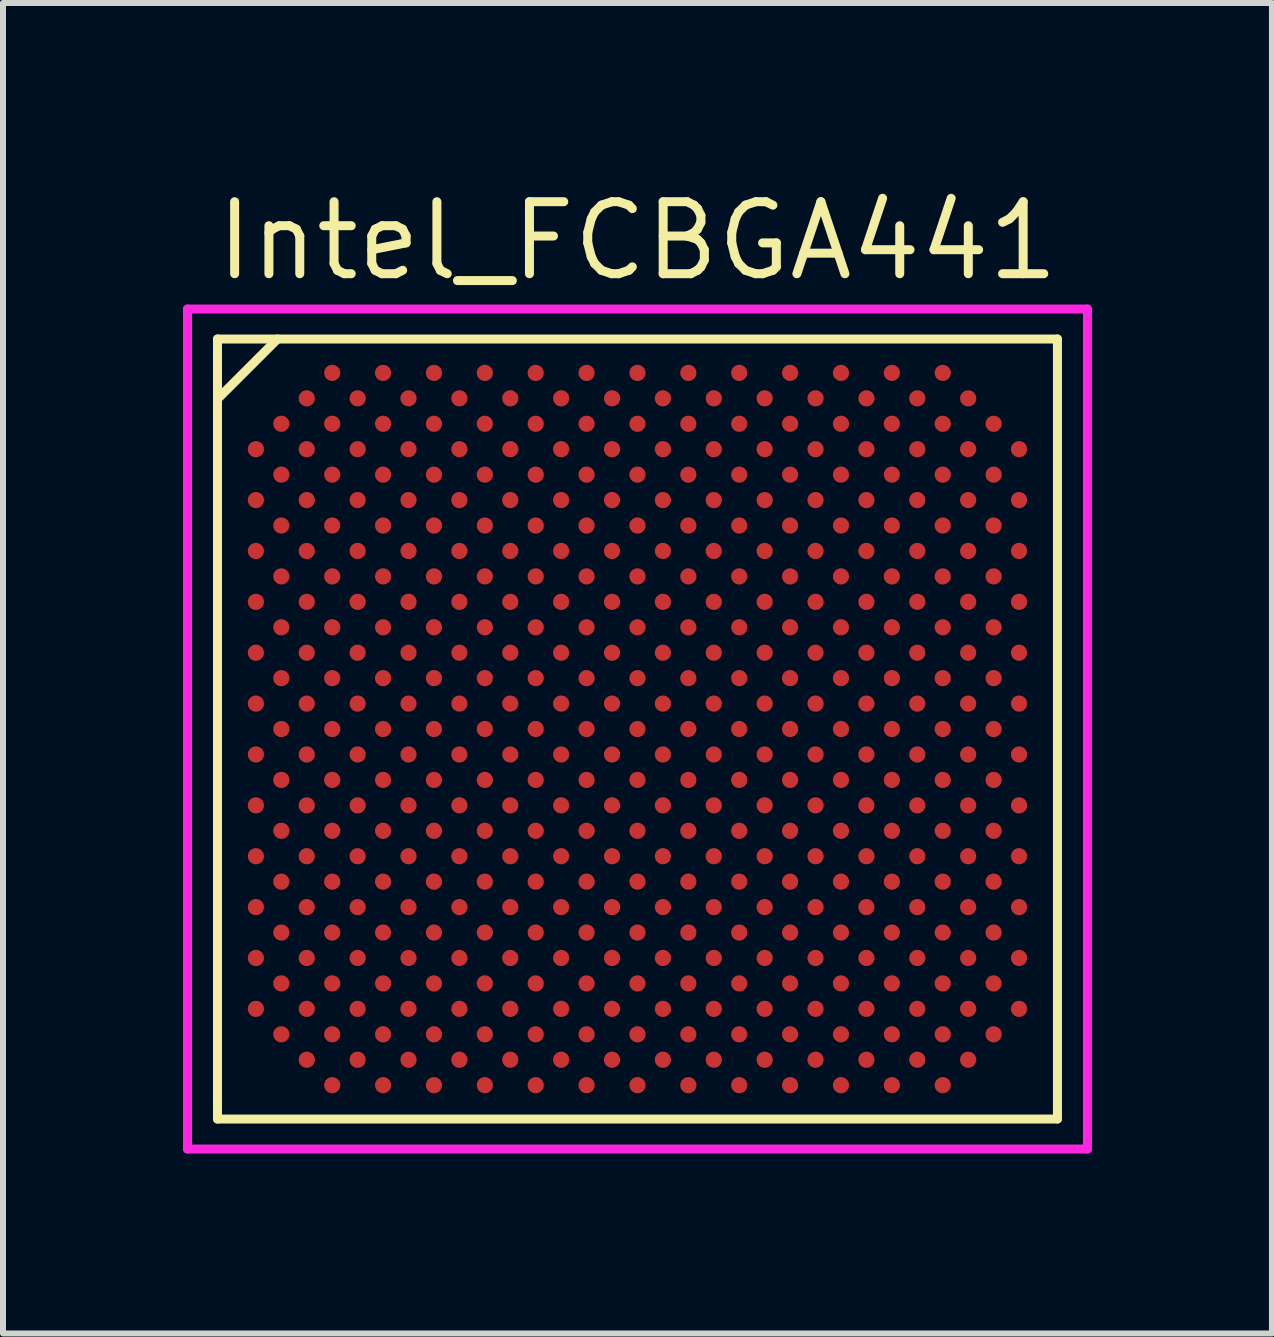
<source format=kicad_pcb>
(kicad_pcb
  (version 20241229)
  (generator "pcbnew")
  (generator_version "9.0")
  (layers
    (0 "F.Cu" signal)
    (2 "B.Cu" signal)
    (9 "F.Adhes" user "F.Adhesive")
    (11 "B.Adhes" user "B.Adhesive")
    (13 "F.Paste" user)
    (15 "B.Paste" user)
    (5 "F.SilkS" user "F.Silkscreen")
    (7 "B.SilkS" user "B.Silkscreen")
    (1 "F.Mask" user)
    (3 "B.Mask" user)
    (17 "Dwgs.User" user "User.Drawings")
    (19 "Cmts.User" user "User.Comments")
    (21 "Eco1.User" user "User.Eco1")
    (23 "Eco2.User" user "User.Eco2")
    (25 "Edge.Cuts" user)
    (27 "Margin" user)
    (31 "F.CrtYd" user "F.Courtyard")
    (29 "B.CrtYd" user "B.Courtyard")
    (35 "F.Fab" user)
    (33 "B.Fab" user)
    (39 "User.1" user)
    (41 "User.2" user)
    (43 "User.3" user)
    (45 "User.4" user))
  (footprint "Intel_FCBGA441"
    (layer "F.Cu")
    (at 7.575 9.101)
    (property "Reference" "Intel_FCBGA441" (at 0 -8.136 0) (layer "F.SilkS") (effects (font (size 1.2 1.2) (thickness 0.15))))
    (attr through_hole)
    (fp_line (start -7 -6.5) (end -7 6.5) (stroke (width 0.15) (type solid)) (layer "F.SilkS"))
    (fp_line (start -7 6.5) (end 7 6.5) (stroke (width 0.15) (type solid)) (layer "F.SilkS"))
    (fp_line (start -6 -6.5) (end -7 -5.5) (stroke (width 0.15) (type solid)) (layer "F.SilkS"))
    (fp_line (start 7 -6.5) (end -7 -6.5) (stroke (width 0.15) (type solid)) (layer "F.SilkS"))
    (fp_line (start 7 6.5) (end 7 -6.5) (stroke (width 0.15) (type solid)) (layer "F.SilkS"))
    (fp_line (start -7.5 -7) (end 7.5 -7) (stroke (width 0.15) (type solid)) (layer "F.CrtYd"))
    (fp_line (start -7.5 7) (end -7.5 -7) (stroke (width 0.15) (type solid)) (layer "F.CrtYd"))
    (fp_line (start 7.5 -7) (end 7.5 7) (stroke (width 0.15) (type solid)) (layer "F.CrtYd"))
    (fp_line (start 7.5 7) (end -7.5 7) (stroke (width 0.15) (type solid)) (layer "F.CrtYd"))
    (pad "A4" smd circle (at -5.088 -5.936) (size 0.27 0.27) (layers "F.Cu" "F.Mask" "F.Paste"))
    (pad "A6" smd circle (at -4.24 -5.936) (size 0.27 0.27) (layers "F.Cu" "F.Mask" "F.Paste"))
    (pad "A8" smd circle (at -3.392 -5.936) (size 0.27 0.27) (layers "F.Cu" "F.Mask" "F.Paste"))
    (pad "A10" smd circle (at -2.544 -5.936) (size 0.27 0.27) (layers "F.Cu" "F.Mask" "F.Paste"))
    (pad "A12" smd circle (at -1.696 -5.936) (size 0.27 0.27) (layers "F.Cu" "F.Mask" "F.Paste"))
    (pad "A14" smd circle (at -0.848 -5.936) (size 0.27 0.27) (layers "F.Cu" "F.Mask" "F.Paste"))
    (pad "A16" smd circle (at 0 -5.936) (size 0.27 0.27) (layers "F.Cu" "F.Mask" "F.Paste"))
    (pad "A18" smd circle (at 0.848 -5.936) (size 0.27 0.27) (layers "F.Cu" "F.Mask" "F.Paste"))
    (pad "A20" smd circle (at 1.696 -5.936) (size 0.27 0.27) (layers "F.Cu" "F.Mask" "F.Paste"))
    (pad "A22" smd circle (at 2.544 -5.936) (size 0.27 0.27) (layers "F.Cu" "F.Mask" "F.Paste"))
    (pad "A24" smd circle (at 3.392 -5.936) (size 0.27 0.27) (layers "F.Cu" "F.Mask" "F.Paste"))
    (pad "A26" smd circle (at 4.24 -5.936) (size 0.27 0.27) (layers "F.Cu" "F.Mask" "F.Paste"))
    (pad "A28" smd circle (at 5.088 -5.936) (size 0.27 0.27) (layers "F.Cu" "F.Mask" "F.Paste"))
    (pad "AA2" smd circle (at -5.936 2.544) (size 0.27 0.27) (layers "F.Cu" "F.Mask" "F.Paste"))
    (pad "AA4" smd circle (at -5.088 2.544) (size 0.27 0.27) (layers "F.Cu" "F.Mask" "F.Paste"))
    (pad "AA6" smd circle (at -4.24 2.544) (size 0.27 0.27) (layers "F.Cu" "F.Mask" "F.Paste"))
    (pad "AA8" smd circle (at -3.392 2.544) (size 0.27 0.27) (layers "F.Cu" "F.Mask" "F.Paste"))
    (pad "AA10" smd circle (at -2.544 2.544) (size 0.27 0.27) (layers "F.Cu" "F.Mask" "F.Paste"))
    (pad "AA12" smd circle (at -1.696 2.544) (size 0.27 0.27) (layers "F.Cu" "F.Mask" "F.Paste"))
    (pad "AA14" smd circle (at -0.848 2.544) (size 0.27 0.27) (layers "F.Cu" "F.Mask" "F.Paste"))
    (pad "AA16" smd circle (at 0 2.544) (size 0.27 0.27) (layers "F.Cu" "F.Mask" "F.Paste"))
    (pad "AA18" smd circle (at 0.848 2.544) (size 0.27 0.27) (layers "F.Cu" "F.Mask" "F.Paste"))
    (pad "AA20" smd circle (at 1.696 2.544) (size 0.27 0.27) (layers "F.Cu" "F.Mask" "F.Paste"))
    (pad "AA22" smd circle (at 2.544 2.544) (size 0.27 0.27) (layers "F.Cu" "F.Mask" "F.Paste"))
    (pad "AA24" smd circle (at 3.392 2.544) (size 0.27 0.27) (layers "F.Cu" "F.Mask" "F.Paste"))
    (pad "AA26" smd circle (at 4.24 2.544) (size 0.27 0.27) (layers "F.Cu" "F.Mask" "F.Paste"))
    (pad "AA28" smd circle (at 5.088 2.544) (size 0.27 0.27) (layers "F.Cu" "F.Mask" "F.Paste"))
    (pad "AA30" smd circle (at 5.936 2.544) (size 0.27 0.27) (layers "F.Cu" "F.Mask" "F.Paste"))
    (pad "AB1" smd circle (at -6.36 2.968) (size 0.27 0.27) (layers "F.Cu" "F.Mask" "F.Paste"))
    (pad "AB3" smd circle (at -5.512 2.968) (size 0.27 0.27) (layers "F.Cu" "F.Mask" "F.Paste"))
    (pad "AB5" smd circle (at -4.664 2.968) (size 0.27 0.27) (layers "F.Cu" "F.Mask" "F.Paste"))
    (pad "AB7" smd circle (at -3.816 2.968) (size 0.27 0.27) (layers "F.Cu" "F.Mask" "F.Paste"))
    (pad "AB9" smd circle (at -2.968 2.968) (size 0.27 0.27) (layers "F.Cu" "F.Mask" "F.Paste"))
    (pad "AB11" smd circle (at -2.12 2.968) (size 0.27 0.27) (layers "F.Cu" "F.Mask" "F.Paste"))
    (pad "AB13" smd circle (at -1.272 2.968) (size 0.27 0.27) (layers "F.Cu" "F.Mask" "F.Paste"))
    (pad "AB15" smd circle (at -0.424 2.968) (size 0.27 0.27) (layers "F.Cu" "F.Mask" "F.Paste"))
    (pad "AB17" smd circle (at 0.424 2.968) (size 0.27 0.27) (layers "F.Cu" "F.Mask" "F.Paste"))
    (pad "AB19" smd circle (at 1.272 2.968) (size 0.27 0.27) (layers "F.Cu" "F.Mask" "F.Paste"))
    (pad "AB21" smd circle (at 2.12 2.968) (size 0.27 0.27) (layers "F.Cu" "F.Mask" "F.Paste"))
    (pad "AB23" smd circle (at 2.968 2.968) (size 0.27 0.27) (layers "F.Cu" "F.Mask" "F.Paste"))
    (pad "AB25" smd circle (at 3.816 2.968) (size 0.27 0.27) (layers "F.Cu" "F.Mask" "F.Paste"))
    (pad "AB27" smd circle (at 4.664 2.968) (size 0.27 0.27) (layers "F.Cu" "F.Mask" "F.Paste"))
    (pad "AB29" smd circle (at 5.512 2.968) (size 0.27 0.27) (layers "F.Cu" "F.Mask" "F.Paste"))
    (pad "AB31" smd circle (at 6.36 2.968) (size 0.27 0.27) (layers "F.Cu" "F.Mask" "F.Paste"))
    (pad "AC2" smd circle (at -5.936 3.392) (size 0.27 0.27) (layers "F.Cu" "F.Mask" "F.Paste"))
    (pad "AC4" smd circle (at -5.088 3.392) (size 0.27 0.27) (layers "F.Cu" "F.Mask" "F.Paste"))
    (pad "AC6" smd circle (at -4.24 3.392) (size 0.27 0.27) (layers "F.Cu" "F.Mask" "F.Paste"))
    (pad "AC8" smd circle (at -3.392 3.392) (size 0.27 0.27) (layers "F.Cu" "F.Mask" "F.Paste"))
    (pad "AC10" smd circle (at -2.544 3.392) (size 0.27 0.27) (layers "F.Cu" "F.Mask" "F.Paste"))
    (pad "AC12" smd circle (at -1.696 3.392) (size 0.27 0.27) (layers "F.Cu" "F.Mask" "F.Paste"))
    (pad "AC14" smd circle (at -0.848 3.392) (size 0.27 0.27) (layers "F.Cu" "F.Mask" "F.Paste"))
    (pad "AC16" smd circle (at 0 3.392) (size 0.27 0.27) (layers "F.Cu" "F.Mask" "F.Paste"))
    (pad "AC18" smd circle (at 0.848 3.392) (size 0.27 0.27) (layers "F.Cu" "F.Mask" "F.Paste"))
    (pad "AC20" smd circle (at 1.696 3.392) (size 0.27 0.27) (layers "F.Cu" "F.Mask" "F.Paste"))
    (pad "AC22" smd circle (at 2.544 3.392) (size 0.27 0.27) (layers "F.Cu" "F.Mask" "F.Paste"))
    (pad "AC24" smd circle (at 3.392 3.392) (size 0.27 0.27) (layers "F.Cu" "F.Mask" "F.Paste"))
    (pad "AC26" smd circle (at 4.24 3.392) (size 0.27 0.27) (layers "F.Cu" "F.Mask" "F.Paste"))
    (pad "AC28" smd circle (at 5.088 3.392) (size 0.27 0.27) (layers "F.Cu" "F.Mask" "F.Paste"))
    (pad "AC30" smd circle (at 5.936 3.392) (size 0.27 0.27) (layers "F.Cu" "F.Mask" "F.Paste"))
    (pad "AD1" smd circle (at -6.36 3.816) (size 0.27 0.27) (layers "F.Cu" "F.Mask" "F.Paste"))
    (pad "AD3" smd circle (at -5.512 3.816) (size 0.27 0.27) (layers "F.Cu" "F.Mask" "F.Paste"))
    (pad "AD5" smd circle (at -4.664 3.816) (size 0.27 0.27) (layers "F.Cu" "F.Mask" "F.Paste"))
    (pad "AD7" smd circle (at -3.816 3.816) (size 0.27 0.27) (layers "F.Cu" "F.Mask" "F.Paste"))
    (pad "AD9" smd circle (at -2.968 3.816) (size 0.27 0.27) (layers "F.Cu" "F.Mask" "F.Paste"))
    (pad "AD11" smd circle (at -2.12 3.816) (size 0.27 0.27) (layers "F.Cu" "F.Mask" "F.Paste"))
    (pad "AD13" smd circle (at -1.272 3.816) (size 0.27 0.27) (layers "F.Cu" "F.Mask" "F.Paste"))
    (pad "AD15" smd circle (at -0.424 3.816) (size 0.27 0.27) (layers "F.Cu" "F.Mask" "F.Paste"))
    (pad "AD17" smd circle (at 0.424 3.816) (size 0.27 0.27) (layers "F.Cu" "F.Mask" "F.Paste"))
    (pad "AD19" smd circle (at 1.272 3.816) (size 0.27 0.27) (layers "F.Cu" "F.Mask" "F.Paste"))
    (pad "AD21" smd circle (at 2.12 3.816) (size 0.27 0.27) (layers "F.Cu" "F.Mask" "F.Paste"))
    (pad "AD23" smd circle (at 2.968 3.816) (size 0.27 0.27) (layers "F.Cu" "F.Mask" "F.Paste"))
    (pad "AD25" smd circle (at 3.816 3.816) (size 0.27 0.27) (layers "F.Cu" "F.Mask" "F.Paste"))
    (pad "AD27" smd circle (at 4.664 3.816) (size 0.27 0.27) (layers "F.Cu" "F.Mask" "F.Paste"))
    (pad "AD29" smd circle (at 5.512 3.816) (size 0.27 0.27) (layers "F.Cu" "F.Mask" "F.Paste"))
    (pad "AD31" smd circle (at 6.36 3.816) (size 0.27 0.27) (layers "F.Cu" "F.Mask" "F.Paste"))
    (pad "AE2" smd circle (at -5.936 4.24) (size 0.27 0.27) (layers "F.Cu" "F.Mask" "F.Paste"))
    (pad "AE4" smd circle (at -5.088 4.24) (size 0.27 0.27) (layers "F.Cu" "F.Mask" "F.Paste"))
    (pad "AE6" smd circle (at -4.24 4.24) (size 0.27 0.27) (layers "F.Cu" "F.Mask" "F.Paste"))
    (pad "AE8" smd circle (at -3.392 4.24) (size 0.27 0.27) (layers "F.Cu" "F.Mask" "F.Paste"))
    (pad "AE10" smd circle (at -2.544 4.24) (size 0.27 0.27) (layers "F.Cu" "F.Mask" "F.Paste"))
    (pad "AE12" smd circle (at -1.696 4.24) (size 0.27 0.27) (layers "F.Cu" "F.Mask" "F.Paste"))
    (pad "AE14" smd circle (at -0.848 4.24) (size 0.27 0.27) (layers "F.Cu" "F.Mask" "F.Paste"))
    (pad "AE16" smd circle (at 0 4.24) (size 0.27 0.27) (layers "F.Cu" "F.Mask" "F.Paste"))
    (pad "AE18" smd circle (at 0.848 4.24) (size 0.27 0.27) (layers "F.Cu" "F.Mask" "F.Paste"))
    (pad "AE20" smd circle (at 1.696 4.24) (size 0.27 0.27) (layers "F.Cu" "F.Mask" "F.Paste"))
    (pad "AE22" smd circle (at 2.544 4.24) (size 0.27 0.27) (layers "F.Cu" "F.Mask" "F.Paste"))
    (pad "AE24" smd circle (at 3.392 4.24) (size 0.27 0.27) (layers "F.Cu" "F.Mask" "F.Paste"))
    (pad "AE26" smd circle (at 4.24 4.24) (size 0.27 0.27) (layers "F.Cu" "F.Mask" "F.Paste"))
    (pad "AE28" smd circle (at 5.088 4.24) (size 0.27 0.27) (layers "F.Cu" "F.Mask" "F.Paste"))
    (pad "AE30" smd circle (at 5.936 4.24) (size 0.27 0.27) (layers "F.Cu" "F.Mask" "F.Paste"))
    (pad "AF1" smd circle (at -6.36 4.664) (size 0.27 0.27) (layers "F.Cu" "F.Mask" "F.Paste"))
    (pad "AF3" smd circle (at -5.512 4.664) (size 0.27 0.27) (layers "F.Cu" "F.Mask" "F.Paste"))
    (pad "AF5" smd circle (at -4.664 4.664) (size 0.27 0.27) (layers "F.Cu" "F.Mask" "F.Paste"))
    (pad "AF7" smd circle (at -3.816 4.664) (size 0.27 0.27) (layers "F.Cu" "F.Mask" "F.Paste"))
    (pad "AF9" smd circle (at -2.968 4.664) (size 0.27 0.27) (layers "F.Cu" "F.Mask" "F.Paste"))
    (pad "AF11" smd circle (at -2.12 4.664) (size 0.27 0.27) (layers "F.Cu" "F.Mask" "F.Paste"))
    (pad "AF13" smd circle (at -1.272 4.664) (size 0.27 0.27) (layers "F.Cu" "F.Mask" "F.Paste"))
    (pad "AF15" smd circle (at -0.424 4.664) (size 0.27 0.27) (layers "F.Cu" "F.Mask" "F.Paste"))
    (pad "AF17" smd circle (at 0.424 4.664) (size 0.27 0.27) (layers "F.Cu" "F.Mask" "F.Paste"))
    (pad "AF19" smd circle (at 1.272 4.664) (size 0.27 0.27) (layers "F.Cu" "F.Mask" "F.Paste"))
    (pad "AF21" smd circle (at 2.12 4.664) (size 0.27 0.27) (layers "F.Cu" "F.Mask" "F.Paste"))
    (pad "AF23" smd circle (at 2.968 4.664) (size 0.27 0.27) (layers "F.Cu" "F.Mask" "F.Paste"))
    (pad "AF25" smd circle (at 3.816 4.664) (size 0.27 0.27) (layers "F.Cu" "F.Mask" "F.Paste"))
    (pad "AF27" smd circle (at 4.664 4.664) (size 0.27 0.27) (layers "F.Cu" "F.Mask" "F.Paste"))
    (pad "AF29" smd circle (at 5.512 4.664) (size 0.27 0.27) (layers "F.Cu" "F.Mask" "F.Paste"))
    (pad "AF31" smd circle (at 6.36 4.664) (size 0.27 0.27) (layers "F.Cu" "F.Mask" "F.Paste"))
    (pad "AG2" smd circle (at -5.936 5.088) (size 0.27 0.27) (layers "F.Cu" "F.Mask" "F.Paste"))
    (pad "AG4" smd circle (at -5.088 5.088) (size 0.27 0.27) (layers "F.Cu" "F.Mask" "F.Paste"))
    (pad "AG6" smd circle (at -4.24 5.088) (size 0.27 0.27) (layers "F.Cu" "F.Mask" "F.Paste"))
    (pad "AG8" smd circle (at -3.392 5.088) (size 0.27 0.27) (layers "F.Cu" "F.Mask" "F.Paste"))
    (pad "AG10" smd circle (at -2.544 5.088) (size 0.27 0.27) (layers "F.Cu" "F.Mask" "F.Paste"))
    (pad "AG12" smd circle (at -1.696 5.088) (size 0.27 0.27) (layers "F.Cu" "F.Mask" "F.Paste"))
    (pad "AG14" smd circle (at -0.848 5.088) (size 0.27 0.27) (layers "F.Cu" "F.Mask" "F.Paste"))
    (pad "AG16" smd circle (at 0 5.088) (size 0.27 0.27) (layers "F.Cu" "F.Mask" "F.Paste"))
    (pad "AG18" smd circle (at 0.848 5.088) (size 0.27 0.27) (layers "F.Cu" "F.Mask" "F.Paste"))
    (pad "AG20" smd circle (at 1.696 5.088) (size 0.27 0.27) (layers "F.Cu" "F.Mask" "F.Paste"))
    (pad "AG22" smd circle (at 2.544 5.088) (size 0.27 0.27) (layers "F.Cu" "F.Mask" "F.Paste"))
    (pad "AG24" smd circle (at 3.392 5.088) (size 0.27 0.27) (layers "F.Cu" "F.Mask" "F.Paste"))
    (pad "AG26" smd circle (at 4.24 5.088) (size 0.27 0.27) (layers "F.Cu" "F.Mask" "F.Paste"))
    (pad "AG28" smd circle (at 5.088 5.088) (size 0.27 0.27) (layers "F.Cu" "F.Mask" "F.Paste"))
    (pad "AG30" smd circle (at 5.936 5.088) (size 0.27 0.27) (layers "F.Cu" "F.Mask" "F.Paste"))
    (pad "AH3" smd circle (at -5.512 5.512) (size 0.27 0.27) (layers "F.Cu" "F.Mask" "F.Paste"))
    (pad "AH5" smd circle (at -4.664 5.512) (size 0.27 0.27) (layers "F.Cu" "F.Mask" "F.Paste"))
    (pad "AH7" smd circle (at -3.816 5.512) (size 0.27 0.27) (layers "F.Cu" "F.Mask" "F.Paste"))
    (pad "AH9" smd circle (at -2.968 5.512) (size 0.27 0.27) (layers "F.Cu" "F.Mask" "F.Paste"))
    (pad "AH11" smd circle (at -2.12 5.512) (size 0.27 0.27) (layers "F.Cu" "F.Mask" "F.Paste"))
    (pad "AH13" smd circle (at -1.272 5.512) (size 0.27 0.27) (layers "F.Cu" "F.Mask" "F.Paste"))
    (pad "AH15" smd circle (at -0.424 5.512) (size 0.27 0.27) (layers "F.Cu" "F.Mask" "F.Paste"))
    (pad "AH17" smd circle (at 0.424 5.512) (size 0.27 0.27) (layers "F.Cu" "F.Mask" "F.Paste"))
    (pad "AH19" smd circle (at 1.272 5.512) (size 0.27 0.27) (layers "F.Cu" "F.Mask" "F.Paste"))
    (pad "AH21" smd circle (at 2.12 5.512) (size 0.27 0.27) (layers "F.Cu" "F.Mask" "F.Paste"))
    (pad "AH23" smd circle (at 2.968 5.512) (size 0.27 0.27) (layers "F.Cu" "F.Mask" "F.Paste"))
    (pad "AH25" smd circle (at 3.816 5.512) (size 0.27 0.27) (layers "F.Cu" "F.Mask" "F.Paste"))
    (pad "AH27" smd circle (at 4.664 5.512) (size 0.27 0.27) (layers "F.Cu" "F.Mask" "F.Paste"))
    (pad "AH29" smd circle (at 5.512 5.512) (size 0.27 0.27) (layers "F.Cu" "F.Mask" "F.Paste"))
    (pad "AJ4" smd circle (at -5.088 5.936) (size 0.27 0.27) (layers "F.Cu" "F.Mask" "F.Paste"))
    (pad "AJ6" smd circle (at -4.24 5.936) (size 0.27 0.27) (layers "F.Cu" "F.Mask" "F.Paste"))
    (pad "AJ8" smd circle (at -3.392 5.936) (size 0.27 0.27) (layers "F.Cu" "F.Mask" "F.Paste"))
    (pad "AJ10" smd circle (at -2.544 5.936) (size 0.27 0.27) (layers "F.Cu" "F.Mask" "F.Paste"))
    (pad "AJ12" smd circle (at -1.696 5.936) (size 0.27 0.27) (layers "F.Cu" "F.Mask" "F.Paste"))
    (pad "AJ14" smd circle (at -0.848 5.936) (size 0.27 0.27) (layers "F.Cu" "F.Mask" "F.Paste"))
    (pad "AJ16" smd circle (at 0 5.936) (size 0.27 0.27) (layers "F.Cu" "F.Mask" "F.Paste"))
    (pad "AJ18" smd circle (at 0.848 5.936) (size 0.27 0.27) (layers "F.Cu" "F.Mask" "F.Paste"))
    (pad "AJ20" smd circle (at 1.696 5.936) (size 0.27 0.27) (layers "F.Cu" "F.Mask" "F.Paste"))
    (pad "AJ22" smd circle (at 2.544 5.936) (size 0.27 0.27) (layers "F.Cu" "F.Mask" "F.Paste"))
    (pad "AJ24" smd circle (at 3.392 5.936) (size 0.27 0.27) (layers "F.Cu" "F.Mask" "F.Paste"))
    (pad "AJ26" smd circle (at 4.24 5.936) (size 0.27 0.27) (layers "F.Cu" "F.Mask" "F.Paste"))
    (pad "AJ28" smd circle (at 5.088 5.936) (size 0.27 0.27) (layers "F.Cu" "F.Mask" "F.Paste"))
    (pad "B3" smd circle (at -5.512 -5.512) (size 0.27 0.27) (layers "F.Cu" "F.Mask" "F.Paste"))
    (pad "B5" smd circle (at -4.664 -5.512) (size 0.27 0.27) (layers "F.Cu" "F.Mask" "F.Paste"))
    (pad "B7" smd circle (at -3.816 -5.512) (size 0.27 0.27) (layers "F.Cu" "F.Mask" "F.Paste"))
    (pad "B9" smd circle (at -2.968 -5.512) (size 0.27 0.27) (layers "F.Cu" "F.Mask" "F.Paste"))
    (pad "B11" smd circle (at -2.12 -5.512) (size 0.27 0.27) (layers "F.Cu" "F.Mask" "F.Paste"))
    (pad "B13" smd circle (at -1.272 -5.512) (size 0.27 0.27) (layers "F.Cu" "F.Mask" "F.Paste"))
    (pad "B15" smd circle (at -0.424 -5.512) (size 0.27 0.27) (layers "F.Cu" "F.Mask" "F.Paste"))
    (pad "B17" smd circle (at 0.424 -5.512) (size 0.27 0.27) (layers "F.Cu" "F.Mask" "F.Paste"))
    (pad "B19" smd circle (at 1.272 -5.512) (size 0.27 0.27) (layers "F.Cu" "F.Mask" "F.Paste"))
    (pad "B21" smd circle (at 2.12 -5.512) (size 0.27 0.27) (layers "F.Cu" "F.Mask" "F.Paste"))
    (pad "B23" smd circle (at 2.968 -5.512) (size 0.27 0.27) (layers "F.Cu" "F.Mask" "F.Paste"))
    (pad "B25" smd circle (at 3.816 -5.512) (size 0.27 0.27) (layers "F.Cu" "F.Mask" "F.Paste"))
    (pad "B27" smd circle (at 4.664 -5.512) (size 0.27 0.27) (layers "F.Cu" "F.Mask" "F.Paste"))
    (pad "B29" smd circle (at 5.512 -5.512) (size 0.27 0.27) (layers "F.Cu" "F.Mask" "F.Paste"))
    (pad "C2" smd circle (at -5.936 -5.088) (size 0.27 0.27) (layers "F.Cu" "F.Mask" "F.Paste"))
    (pad "C4" smd circle (at -5.088 -5.088) (size 0.27 0.27) (layers "F.Cu" "F.Mask" "F.Paste"))
    (pad "C6" smd circle (at -4.24 -5.088) (size 0.27 0.27) (layers "F.Cu" "F.Mask" "F.Paste"))
    (pad "C8" smd circle (at -3.392 -5.088) (size 0.27 0.27) (layers "F.Cu" "F.Mask" "F.Paste"))
    (pad "C10" smd circle (at -2.544 -5.088) (size 0.27 0.27) (layers "F.Cu" "F.Mask" "F.Paste"))
    (pad "C12" smd circle (at -1.696 -5.088) (size 0.27 0.27) (layers "F.Cu" "F.Mask" "F.Paste"))
    (pad "C14" smd circle (at -0.848 -5.088) (size 0.27 0.27) (layers "F.Cu" "F.Mask" "F.Paste"))
    (pad "C16" smd circle (at 0 -5.088) (size 0.27 0.27) (layers "F.Cu" "F.Mask" "F.Paste"))
    (pad "C18" smd circle (at 0.848 -5.088) (size 0.27 0.27) (layers "F.Cu" "F.Mask" "F.Paste"))
    (pad "C20" smd circle (at 1.696 -5.088) (size 0.27 0.27) (layers "F.Cu" "F.Mask" "F.Paste"))
    (pad "C22" smd circle (at 2.544 -5.088) (size 0.27 0.27) (layers "F.Cu" "F.Mask" "F.Paste"))
    (pad "C24" smd circle (at 3.392 -5.088) (size 0.27 0.27) (layers "F.Cu" "F.Mask" "F.Paste"))
    (pad "C26" smd circle (at 4.24 -5.088) (size 0.27 0.27) (layers "F.Cu" "F.Mask" "F.Paste"))
    (pad "C28" smd circle (at 5.088 -5.088) (size 0.27 0.27) (layers "F.Cu" "F.Mask" "F.Paste"))
    (pad "C30" smd circle (at 5.936 -5.088) (size 0.27 0.27) (layers "F.Cu" "F.Mask" "F.Paste"))
    (pad "D1" smd circle (at -6.36 -4.664) (size 0.27 0.27) (layers "F.Cu" "F.Mask" "F.Paste"))
    (pad "D3" smd circle (at -5.512 -4.664) (size 0.27 0.27) (layers "F.Cu" "F.Mask" "F.Paste"))
    (pad "D5" smd circle (at -4.664 -4.664) (size 0.27 0.27) (layers "F.Cu" "F.Mask" "F.Paste"))
    (pad "D7" smd circle (at -3.816 -4.664) (size 0.27 0.27) (layers "F.Cu" "F.Mask" "F.Paste"))
    (pad "D9" smd circle (at -2.968 -4.664) (size 0.27 0.27) (layers "F.Cu" "F.Mask" "F.Paste"))
    (pad "D11" smd circle (at -2.12 -4.664) (size 0.27 0.27) (layers "F.Cu" "F.Mask" "F.Paste"))
    (pad "D13" smd circle (at -1.272 -4.664) (size 0.27 0.27) (layers "F.Cu" "F.Mask" "F.Paste"))
    (pad "D15" smd circle (at -0.424 -4.664) (size 0.27 0.27) (layers "F.Cu" "F.Mask" "F.Paste"))
    (pad "D17" smd circle (at 0.424 -4.664) (size 0.27 0.27) (layers "F.Cu" "F.Mask" "F.Paste"))
    (pad "D19" smd circle (at 1.272 -4.664) (size 0.27 0.27) (layers "F.Cu" "F.Mask" "F.Paste"))
    (pad "D21" smd circle (at 2.12 -4.664) (size 0.27 0.27) (layers "F.Cu" "F.Mask" "F.Paste"))
    (pad "D23" smd circle (at 2.968 -4.664) (size 0.27 0.27) (layers "F.Cu" "F.Mask" "F.Paste"))
    (pad "D25" smd circle (at 3.816 -4.664) (size 0.27 0.27) (layers "F.Cu" "F.Mask" "F.Paste"))
    (pad "D27" smd circle (at 4.664 -4.664) (size 0.27 0.27) (layers "F.Cu" "F.Mask" "F.Paste"))
    (pad "D29" smd circle (at 5.512 -4.664) (size 0.27 0.27) (layers "F.Cu" "F.Mask" "F.Paste"))
    (pad "D31" smd circle (at 6.36 -4.664) (size 0.27 0.27) (layers "F.Cu" "F.Mask" "F.Paste"))
    (pad "E2" smd circle (at -5.936 -4.24) (size 0.27 0.27) (layers "F.Cu" "F.Mask" "F.Paste"))
    (pad "E4" smd circle (at -5.088 -4.24) (size 0.27 0.27) (layers "F.Cu" "F.Mask" "F.Paste"))
    (pad "E6" smd circle (at -4.24 -4.24) (size 0.27 0.27) (layers "F.Cu" "F.Mask" "F.Paste"))
    (pad "E8" smd circle (at -3.392 -4.24) (size 0.27 0.27) (layers "F.Cu" "F.Mask" "F.Paste"))
    (pad "E10" smd circle (at -2.544 -4.24) (size 0.27 0.27) (layers "F.Cu" "F.Mask" "F.Paste"))
    (pad "E12" smd circle (at -1.696 -4.24) (size 0.27 0.27) (layers "F.Cu" "F.Mask" "F.Paste"))
    (pad "E14" smd circle (at -0.848 -4.24) (size 0.27 0.27) (layers "F.Cu" "F.Mask" "F.Paste"))
    (pad "E16" smd circle (at 0 -4.24) (size 0.27 0.27) (layers "F.Cu" "F.Mask" "F.Paste"))
    (pad "E18" smd circle (at 0.848 -4.24) (size 0.27 0.27) (layers "F.Cu" "F.Mask" "F.Paste"))
    (pad "E20" smd circle (at 1.696 -4.24) (size 0.27 0.27) (layers "F.Cu" "F.Mask" "F.Paste"))
    (pad "E22" smd circle (at 2.544 -4.24) (size 0.27 0.27) (layers "F.Cu" "F.Mask" "F.Paste"))
    (pad "E24" smd circle (at 3.392 -4.24) (size 0.27 0.27) (layers "F.Cu" "F.Mask" "F.Paste"))
    (pad "E26" smd circle (at 4.24 -4.24) (size 0.27 0.27) (layers "F.Cu" "F.Mask" "F.Paste"))
    (pad "E28" smd circle (at 5.088 -4.24) (size 0.27 0.27) (layers "F.Cu" "F.Mask" "F.Paste"))
    (pad "E30" smd circle (at 5.936 -4.24) (size 0.27 0.27) (layers "F.Cu" "F.Mask" "F.Paste"))
    (pad "F1" smd circle (at -6.36 -3.816) (size 0.27 0.27) (layers "F.Cu" "F.Mask" "F.Paste"))
    (pad "F3" smd circle (at -5.512 -3.816) (size 0.27 0.27) (layers "F.Cu" "F.Mask" "F.Paste"))
    (pad "F5" smd circle (at -4.664 -3.816) (size 0.27 0.27) (layers "F.Cu" "F.Mask" "F.Paste"))
    (pad "F7" smd circle (at -3.816 -3.816) (size 0.27 0.27) (layers "F.Cu" "F.Mask" "F.Paste"))
    (pad "F9" smd circle (at -2.968 -3.816) (size 0.27 0.27) (layers "F.Cu" "F.Mask" "F.Paste"))
    (pad "F11" smd circle (at -2.12 -3.816) (size 0.27 0.27) (layers "F.Cu" "F.Mask" "F.Paste"))
    (pad "F13" smd circle (at -1.272 -3.816) (size 0.27 0.27) (layers "F.Cu" "F.Mask" "F.Paste"))
    (pad "F15" smd circle (at -0.424 -3.816) (size 0.27 0.27) (layers "F.Cu" "F.Mask" "F.Paste"))
    (pad "F17" smd circle (at 0.424 -3.816) (size 0.27 0.27) (layers "F.Cu" "F.Mask" "F.Paste"))
    (pad "F19" smd circle (at 1.272 -3.816) (size 0.27 0.27) (layers "F.Cu" "F.Mask" "F.Paste"))
    (pad "F21" smd circle (at 2.12 -3.816) (size 0.27 0.27) (layers "F.Cu" "F.Mask" "F.Paste"))
    (pad "F23" smd circle (at 2.968 -3.816) (size 0.27 0.27) (layers "F.Cu" "F.Mask" "F.Paste"))
    (pad "F25" smd circle (at 3.816 -3.816) (size 0.27 0.27) (layers "F.Cu" "F.Mask" "F.Paste"))
    (pad "F27" smd circle (at 4.664 -3.816) (size 0.27 0.27) (layers "F.Cu" "F.Mask" "F.Paste"))
    (pad "F29" smd circle (at 5.512 -3.816) (size 0.27 0.27) (layers "F.Cu" "F.Mask" "F.Paste"))
    (pad "F31" smd circle (at 6.36 -3.816) (size 0.27 0.27) (layers "F.Cu" "F.Mask" "F.Paste"))
    (pad "G2" smd circle (at -5.936 -3.392) (size 0.27 0.27) (layers "F.Cu" "F.Mask" "F.Paste"))
    (pad "G4" smd circle (at -5.088 -3.392) (size 0.27 0.27) (layers "F.Cu" "F.Mask" "F.Paste"))
    (pad "G6" smd circle (at -4.24 -3.392) (size 0.27 0.27) (layers "F.Cu" "F.Mask" "F.Paste"))
    (pad "G8" smd circle (at -3.392 -3.392) (size 0.27 0.27) (layers "F.Cu" "F.Mask" "F.Paste"))
    (pad "G10" smd circle (at -2.544 -3.392) (size 0.27 0.27) (layers "F.Cu" "F.Mask" "F.Paste"))
    (pad "G12" smd circle (at -1.696 -3.392) (size 0.27 0.27) (layers "F.Cu" "F.Mask" "F.Paste"))
    (pad "G14" smd circle (at -0.848 -3.392) (size 0.27 0.27) (layers "F.Cu" "F.Mask" "F.Paste"))
    (pad "G16" smd circle (at 0 -3.392) (size 0.27 0.27) (layers "F.Cu" "F.Mask" "F.Paste"))
    (pad "G18" smd circle (at 0.848 -3.392) (size 0.27 0.27) (layers "F.Cu" "F.Mask" "F.Paste"))
    (pad "G20" smd circle (at 1.696 -3.392) (size 0.27 0.27) (layers "F.Cu" "F.Mask" "F.Paste"))
    (pad "G22" smd circle (at 2.544 -3.392) (size 0.27 0.27) (layers "F.Cu" "F.Mask" "F.Paste"))
    (pad "G24" smd circle (at 3.392 -3.392) (size 0.27 0.27) (layers "F.Cu" "F.Mask" "F.Paste"))
    (pad "G26" smd circle (at 4.24 -3.392) (size 0.27 0.27) (layers "F.Cu" "F.Mask" "F.Paste"))
    (pad "G28" smd circle (at 5.088 -3.392) (size 0.27 0.27) (layers "F.Cu" "F.Mask" "F.Paste"))
    (pad "G30" smd circle (at 5.936 -3.392) (size 0.27 0.27) (layers "F.Cu" "F.Mask" "F.Paste"))
    (pad "H1" smd circle (at -6.36 -2.968) (size 0.27 0.27) (layers "F.Cu" "F.Mask" "F.Paste"))
    (pad "H3" smd circle (at -5.512 -2.968) (size 0.27 0.27) (layers "F.Cu" "F.Mask" "F.Paste"))
    (pad "H5" smd circle (at -4.664 -2.968) (size 0.27 0.27) (layers "F.Cu" "F.Mask" "F.Paste"))
    (pad "H7" smd circle (at -3.816 -2.968) (size 0.27 0.27) (layers "F.Cu" "F.Mask" "F.Paste"))
    (pad "H9" smd circle (at -2.968 -2.968) (size 0.27 0.27) (layers "F.Cu" "F.Mask" "F.Paste"))
    (pad "H11" smd circle (at -2.12 -2.968) (size 0.27 0.27) (layers "F.Cu" "F.Mask" "F.Paste"))
    (pad "H13" smd circle (at -1.272 -2.968) (size 0.27 0.27) (layers "F.Cu" "F.Mask" "F.Paste"))
    (pad "H15" smd circle (at -0.424 -2.968) (size 0.27 0.27) (layers "F.Cu" "F.Mask" "F.Paste"))
    (pad "H17" smd circle (at 0.424 -2.968) (size 0.27 0.27) (layers "F.Cu" "F.Mask" "F.Paste"))
    (pad "H19" smd circle (at 1.272 -2.968) (size 0.27 0.27) (layers "F.Cu" "F.Mask" "F.Paste"))
    (pad "H21" smd circle (at 2.12 -2.968) (size 0.27 0.27) (layers "F.Cu" "F.Mask" "F.Paste"))
    (pad "H23" smd circle (at 2.968 -2.968) (size 0.27 0.27) (layers "F.Cu" "F.Mask" "F.Paste"))
    (pad "H25" smd circle (at 3.816 -2.968) (size 0.27 0.27) (layers "F.Cu" "F.Mask" "F.Paste"))
    (pad "H27" smd circle (at 4.664 -2.968) (size 0.27 0.27) (layers "F.Cu" "F.Mask" "F.Paste"))
    (pad "H29" smd circle (at 5.512 -2.968) (size 0.27 0.27) (layers "F.Cu" "F.Mask" "F.Paste"))
    (pad "H31" smd circle (at 6.36 -2.968) (size 0.27 0.27) (layers "F.Cu" "F.Mask" "F.Paste"))
    (pad "J2" smd circle (at -5.936 -2.544) (size 0.27 0.27) (layers "F.Cu" "F.Mask" "F.Paste"))
    (pad "J4" smd circle (at -5.088 -2.544) (size 0.27 0.27) (layers "F.Cu" "F.Mask" "F.Paste"))
    (pad "J6" smd circle (at -4.24 -2.544) (size 0.27 0.27) (layers "F.Cu" "F.Mask" "F.Paste"))
    (pad "J8" smd circle (at -3.392 -2.544) (size 0.27 0.27) (layers "F.Cu" "F.Mask" "F.Paste"))
    (pad "J10" smd circle (at -2.544 -2.544) (size 0.27 0.27) (layers "F.Cu" "F.Mask" "F.Paste"))
    (pad "J12" smd circle (at -1.696 -2.544) (size 0.27 0.27) (layers "F.Cu" "F.Mask" "F.Paste"))
    (pad "J14" smd circle (at -0.848 -2.544) (size 0.27 0.27) (layers "F.Cu" "F.Mask" "F.Paste"))
    (pad "J16" smd circle (at 0 -2.544) (size 0.27 0.27) (layers "F.Cu" "F.Mask" "F.Paste"))
    (pad "J18" smd circle (at 0.848 -2.544) (size 0.27 0.27) (layers "F.Cu" "F.Mask" "F.Paste"))
    (pad "J20" smd circle (at 1.696 -2.544) (size 0.27 0.27) (layers "F.Cu" "F.Mask" "F.Paste"))
    (pad "J22" smd circle (at 2.544 -2.544) (size 0.27 0.27) (layers "F.Cu" "F.Mask" "F.Paste"))
    (pad "J24" smd circle (at 3.392 -2.544) (size 0.27 0.27) (layers "F.Cu" "F.Mask" "F.Paste"))
    (pad "J26" smd circle (at 4.24 -2.544) (size 0.27 0.27) (layers "F.Cu" "F.Mask" "F.Paste"))
    (pad "J28" smd circle (at 5.088 -2.544) (size 0.27 0.27) (layers "F.Cu" "F.Mask" "F.Paste"))
    (pad "J30" smd circle (at 5.936 -2.544) (size 0.27 0.27) (layers "F.Cu" "F.Mask" "F.Paste"))
    (pad "K1" smd circle (at -6.36 -2.12) (size 0.27 0.27) (layers "F.Cu" "F.Mask" "F.Paste"))
    (pad "K3" smd circle (at -5.512 -2.12) (size 0.27 0.27) (layers "F.Cu" "F.Mask" "F.Paste"))
    (pad "K5" smd circle (at -4.664 -2.12) (size 0.27 0.27) (layers "F.Cu" "F.Mask" "F.Paste"))
    (pad "K7" smd circle (at -3.816 -2.12) (size 0.27 0.27) (layers "F.Cu" "F.Mask" "F.Paste"))
    (pad "K9" smd circle (at -2.968 -2.12) (size 0.27 0.27) (layers "F.Cu" "F.Mask" "F.Paste"))
    (pad "K11" smd circle (at -2.12 -2.12) (size 0.27 0.27) (layers "F.Cu" "F.Mask" "F.Paste"))
    (pad "K13" smd circle (at -1.272 -2.12) (size 0.27 0.27) (layers "F.Cu" "F.Mask" "F.Paste"))
    (pad "K15" smd circle (at -0.424 -2.12) (size 0.27 0.27) (layers "F.Cu" "F.Mask" "F.Paste"))
    (pad "K17" smd circle (at 0.424 -2.12) (size 0.27 0.27) (layers "F.Cu" "F.Mask" "F.Paste"))
    (pad "K19" smd circle (at 1.272 -2.12) (size 0.27 0.27) (layers "F.Cu" "F.Mask" "F.Paste"))
    (pad "K21" smd circle (at 2.12 -2.12) (size 0.27 0.27) (layers "F.Cu" "F.Mask" "F.Paste"))
    (pad "K23" smd circle (at 2.968 -2.12) (size 0.27 0.27) (layers "F.Cu" "F.Mask" "F.Paste"))
    (pad "K25" smd circle (at 3.816 -2.12) (size 0.27 0.27) (layers "F.Cu" "F.Mask" "F.Paste"))
    (pad "K27" smd circle (at 4.664 -2.12) (size 0.27 0.27) (layers "F.Cu" "F.Mask" "F.Paste"))
    (pad "K29" smd circle (at 5.512 -2.12) (size 0.27 0.27) (layers "F.Cu" "F.Mask" "F.Paste"))
    (pad "K31" smd circle (at 6.36 -2.12) (size 0.27 0.27) (layers "F.Cu" "F.Mask" "F.Paste"))
    (pad "L2" smd circle (at -5.936 -1.696) (size 0.27 0.27) (layers "F.Cu" "F.Mask" "F.Paste"))
    (pad "L4" smd circle (at -5.088 -1.696) (size 0.27 0.27) (layers "F.Cu" "F.Mask" "F.Paste"))
    (pad "L6" smd circle (at -4.24 -1.696) (size 0.27 0.27) (layers "F.Cu" "F.Mask" "F.Paste"))
    (pad "L8" smd circle (at -3.392 -1.696) (size 0.27 0.27) (layers "F.Cu" "F.Mask" "F.Paste"))
    (pad "L10" smd circle (at -2.544 -1.696) (size 0.27 0.27) (layers "F.Cu" "F.Mask" "F.Paste"))
    (pad "L12" smd circle (at -1.696 -1.696) (size 0.27 0.27) (layers "F.Cu" "F.Mask" "F.Paste"))
    (pad "L14" smd circle (at -0.848 -1.696) (size 0.27 0.27) (layers "F.Cu" "F.Mask" "F.Paste"))
    (pad "L16" smd circle (at 0 -1.696) (size 0.27 0.27) (layers "F.Cu" "F.Mask" "F.Paste"))
    (pad "L18" smd circle (at 0.848 -1.696) (size 0.27 0.27) (layers "F.Cu" "F.Mask" "F.Paste"))
    (pad "L20" smd circle (at 1.696 -1.696) (size 0.27 0.27) (layers "F.Cu" "F.Mask" "F.Paste"))
    (pad "L22" smd circle (at 2.544 -1.696) (size 0.27 0.27) (layers "F.Cu" "F.Mask" "F.Paste"))
    (pad "L24" smd circle (at 3.392 -1.696) (size 0.27 0.27) (layers "F.Cu" "F.Mask" "F.Paste"))
    (pad "L26" smd circle (at 4.24 -1.696) (size 0.27 0.27) (layers "F.Cu" "F.Mask" "F.Paste"))
    (pad "L28" smd circle (at 5.088 -1.696) (size 0.27 0.27) (layers "F.Cu" "F.Mask" "F.Paste"))
    (pad "L30" smd circle (at 5.936 -1.696) (size 0.27 0.27) (layers "F.Cu" "F.Mask" "F.Paste"))
    (pad "M1" smd circle (at -6.36 -1.272) (size 0.27 0.27) (layers "F.Cu" "F.Mask" "F.Paste"))
    (pad "M3" smd circle (at -5.512 -1.272) (size 0.27 0.27) (layers "F.Cu" "F.Mask" "F.Paste"))
    (pad "M5" smd circle (at -4.664 -1.272) (size 0.27 0.27) (layers "F.Cu" "F.Mask" "F.Paste"))
    (pad "M7" smd circle (at -3.816 -1.272) (size 0.27 0.27) (layers "F.Cu" "F.Mask" "F.Paste"))
    (pad "M9" smd circle (at -2.968 -1.272) (size 0.27 0.27) (layers "F.Cu" "F.Mask" "F.Paste"))
    (pad "M11" smd circle (at -2.12 -1.272) (size 0.27 0.27) (layers "F.Cu" "F.Mask" "F.Paste"))
    (pad "M13" smd circle (at -1.272 -1.272) (size 0.27 0.27) (layers "F.Cu" "F.Mask" "F.Paste"))
    (pad "M15" smd circle (at -0.424 -1.272) (size 0.27 0.27) (layers "F.Cu" "F.Mask" "F.Paste"))
    (pad "M17" smd circle (at 0.424 -1.272) (size 0.27 0.27) (layers "F.Cu" "F.Mask" "F.Paste"))
    (pad "M19" smd circle (at 1.272 -1.272) (size 0.27 0.27) (layers "F.Cu" "F.Mask" "F.Paste"))
    (pad "M21" smd circle (at 2.12 -1.272) (size 0.27 0.27) (layers "F.Cu" "F.Mask" "F.Paste"))
    (pad "M23" smd circle (at 2.968 -1.272) (size 0.27 0.27) (layers "F.Cu" "F.Mask" "F.Paste"))
    (pad "M25" smd circle (at 3.816 -1.272) (size 0.27 0.27) (layers "F.Cu" "F.Mask" "F.Paste"))
    (pad "M27" smd circle (at 4.664 -1.272) (size 0.27 0.27) (layers "F.Cu" "F.Mask" "F.Paste"))
    (pad "M29" smd circle (at 5.512 -1.272) (size 0.27 0.27) (layers "F.Cu" "F.Mask" "F.Paste"))
    (pad "M31" smd circle (at 6.36 -1.272) (size 0.27 0.27) (layers "F.Cu" "F.Mask" "F.Paste"))
    (pad "N2" smd circle (at -5.936 -0.848) (size 0.27 0.27) (layers "F.Cu" "F.Mask" "F.Paste"))
    (pad "N4" smd circle (at -5.088 -0.848) (size 0.27 0.27) (layers "F.Cu" "F.Mask" "F.Paste"))
    (pad "N6" smd circle (at -4.24 -0.848) (size 0.27 0.27) (layers "F.Cu" "F.Mask" "F.Paste"))
    (pad "N8" smd circle (at -3.392 -0.848) (size 0.27 0.27) (layers "F.Cu" "F.Mask" "F.Paste"))
    (pad "N10" smd circle (at -2.544 -0.848) (size 0.27 0.27) (layers "F.Cu" "F.Mask" "F.Paste"))
    (pad "N12" smd circle (at -1.696 -0.848) (size 0.27 0.27) (layers "F.Cu" "F.Mask" "F.Paste"))
    (pad "N14" smd circle (at -0.848 -0.848) (size 0.27 0.27) (layers "F.Cu" "F.Mask" "F.Paste"))
    (pad "N16" smd circle (at 0 -0.848) (size 0.27 0.27) (layers "F.Cu" "F.Mask" "F.Paste"))
    (pad "N18" smd circle (at 0.848 -0.848) (size 0.27 0.27) (layers "F.Cu" "F.Mask" "F.Paste"))
    (pad "N20" smd circle (at 1.696 -0.848) (size 0.27 0.27) (layers "F.Cu" "F.Mask" "F.Paste"))
    (pad "N22" smd circle (at 2.544 -0.848) (size 0.27 0.27) (layers "F.Cu" "F.Mask" "F.Paste"))
    (pad "N24" smd circle (at 3.392 -0.848) (size 0.27 0.27) (layers "F.Cu" "F.Mask" "F.Paste"))
    (pad "N26" smd circle (at 4.24 -0.848) (size 0.27 0.27) (layers "F.Cu" "F.Mask" "F.Paste"))
    (pad "N28" smd circle (at 5.088 -0.848) (size 0.27 0.27) (layers "F.Cu" "F.Mask" "F.Paste"))
    (pad "N30" smd circle (at 5.936 -0.848) (size 0.27 0.27) (layers "F.Cu" "F.Mask" "F.Paste"))
    (pad "P1" smd circle (at -6.36 -0.424) (size 0.27 0.27) (layers "F.Cu" "F.Mask" "F.Paste"))
    (pad "P3" smd circle (at -5.512 -0.424) (size 0.27 0.27) (layers "F.Cu" "F.Mask" "F.Paste"))
    (pad "P5" smd circle (at -4.664 -0.424) (size 0.27 0.27) (layers "F.Cu" "F.Mask" "F.Paste"))
    (pad "P7" smd circle (at -3.816 -0.424) (size 0.27 0.27) (layers "F.Cu" "F.Mask" "F.Paste"))
    (pad "P9" smd circle (at -2.968 -0.424) (size 0.27 0.27) (layers "F.Cu" "F.Mask" "F.Paste"))
    (pad "P11" smd circle (at -2.12 -0.424) (size 0.27 0.27) (layers "F.Cu" "F.Mask" "F.Paste"))
    (pad "P13" smd circle (at -1.272 -0.424) (size 0.27 0.27) (layers "F.Cu" "F.Mask" "F.Paste"))
    (pad "P15" smd circle (at -0.424 -0.424) (size 0.27 0.27) (layers "F.Cu" "F.Mask" "F.Paste"))
    (pad "P17" smd circle (at 0.424 -0.424) (size 0.27 0.27) (layers "F.Cu" "F.Mask" "F.Paste"))
    (pad "P19" smd circle (at 1.272 -0.424) (size 0.27 0.27) (layers "F.Cu" "F.Mask" "F.Paste"))
    (pad "P21" smd circle (at 2.12 -0.424) (size 0.27 0.27) (layers "F.Cu" "F.Mask" "F.Paste"))
    (pad "P23" smd circle (at 2.968 -0.424) (size 0.27 0.27) (layers "F.Cu" "F.Mask" "F.Paste"))
    (pad "P25" smd circle (at 3.816 -0.424) (size 0.27 0.27) (layers "F.Cu" "F.Mask" "F.Paste"))
    (pad "P27" smd circle (at 4.664 -0.424) (size 0.27 0.27) (layers "F.Cu" "F.Mask" "F.Paste"))
    (pad "P29" smd circle (at 5.512 -0.424) (size 0.27 0.27) (layers "F.Cu" "F.Mask" "F.Paste"))
    (pad "P31" smd circle (at 6.36 -0.424) (size 0.27 0.27) (layers "F.Cu" "F.Mask" "F.Paste"))
    (pad "R2" smd circle (at -5.936 0) (size 0.27 0.27) (layers "F.Cu" "F.Mask" "F.Paste"))
    (pad "R4" smd circle (at -5.088 0) (size 0.27 0.27) (layers "F.Cu" "F.Mask" "F.Paste"))
    (pad "R6" smd circle (at -4.24 0) (size 0.27 0.27) (layers "F.Cu" "F.Mask" "F.Paste"))
    (pad "R8" smd circle (at -3.392 0) (size 0.27 0.27) (layers "F.Cu" "F.Mask" "F.Paste"))
    (pad "R10" smd circle (at -2.544 0) (size 0.27 0.27) (layers "F.Cu" "F.Mask" "F.Paste"))
    (pad "R12" smd circle (at -1.696 0) (size 0.27 0.27) (layers "F.Cu" "F.Mask" "F.Paste"))
    (pad "R14" smd circle (at -0.848 0) (size 0.27 0.27) (layers "F.Cu" "F.Mask" "F.Paste"))
    (pad "R16" smd circle (at 0 0) (size 0.27 0.27) (layers "F.Cu" "F.Mask" "F.Paste"))
    (pad "R18" smd circle (at 0.848 0) (size 0.27 0.27) (layers "F.Cu" "F.Mask" "F.Paste"))
    (pad "R20" smd circle (at 1.696 0) (size 0.27 0.27) (layers "F.Cu" "F.Mask" "F.Paste"))
    (pad "R22" smd circle (at 2.544 0) (size 0.27 0.27) (layers "F.Cu" "F.Mask" "F.Paste"))
    (pad "R24" smd circle (at 3.392 0) (size 0.27 0.27) (layers "F.Cu" "F.Mask" "F.Paste"))
    (pad "R26" smd circle (at 4.24 0) (size 0.27 0.27) (layers "F.Cu" "F.Mask" "F.Paste"))
    (pad "R28" smd circle (at 5.088 0) (size 0.27 0.27) (layers "F.Cu" "F.Mask" "F.Paste"))
    (pad "R30" smd circle (at 5.936 0) (size 0.27 0.27) (layers "F.Cu" "F.Mask" "F.Paste"))
    (pad "T1" smd circle (at -6.36 0.424) (size 0.27 0.27) (layers "F.Cu" "F.Mask" "F.Paste"))
    (pad "T3" smd circle (at -5.512 0.424) (size 0.27 0.27) (layers "F.Cu" "F.Mask" "F.Paste"))
    (pad "T5" smd circle (at -4.664 0.424) (size 0.27 0.27) (layers "F.Cu" "F.Mask" "F.Paste"))
    (pad "T7" smd circle (at -3.816 0.424) (size 0.27 0.27) (layers "F.Cu" "F.Mask" "F.Paste"))
    (pad "T9" smd circle (at -2.968 0.424) (size 0.27 0.27) (layers "F.Cu" "F.Mask" "F.Paste"))
    (pad "T11" smd circle (at -2.12 0.424) (size 0.27 0.27) (layers "F.Cu" "F.Mask" "F.Paste"))
    (pad "T13" smd circle (at -1.272 0.424) (size 0.27 0.27) (layers "F.Cu" "F.Mask" "F.Paste"))
    (pad "T15" smd circle (at -0.424 0.424) (size 0.27 0.27) (layers "F.Cu" "F.Mask" "F.Paste"))
    (pad "T17" smd circle (at 0.424 0.424) (size 0.27 0.27) (layers "F.Cu" "F.Mask" "F.Paste"))
    (pad "T19" smd circle (at 1.272 0.424) (size 0.27 0.27) (layers "F.Cu" "F.Mask" "F.Paste"))
    (pad "T21" smd circle (at 2.12 0.424) (size 0.27 0.27) (layers "F.Cu" "F.Mask" "F.Paste"))
    (pad "T23" smd circle (at 2.968 0.424) (size 0.27 0.27) (layers "F.Cu" "F.Mask" "F.Paste"))
    (pad "T25" smd circle (at 3.816 0.424) (size 0.27 0.27) (layers "F.Cu" "F.Mask" "F.Paste"))
    (pad "T27" smd circle (at 4.664 0.424) (size 0.27 0.27) (layers "F.Cu" "F.Mask" "F.Paste"))
    (pad "T29" smd circle (at 5.512 0.424) (size 0.27 0.27) (layers "F.Cu" "F.Mask" "F.Paste"))
    (pad "T31" smd circle (at 6.36 0.424) (size 0.27 0.27) (layers "F.Cu" "F.Mask" "F.Paste"))
    (pad "U2" smd circle (at -5.936 0.848) (size 0.27 0.27) (layers "F.Cu" "F.Mask" "F.Paste"))
    (pad "U4" smd circle (at -5.088 0.848) (size 0.27 0.27) (layers "F.Cu" "F.Mask" "F.Paste"))
    (pad "U6" smd circle (at -4.24 0.848) (size 0.27 0.27) (layers "F.Cu" "F.Mask" "F.Paste"))
    (pad "U8" smd circle (at -3.392 0.848) (size 0.27 0.27) (layers "F.Cu" "F.Mask" "F.Paste"))
    (pad "U10" smd circle (at -2.544 0.848) (size 0.27 0.27) (layers "F.Cu" "F.Mask" "F.Paste"))
    (pad "U12" smd circle (at -1.696 0.848) (size 0.27 0.27) (layers "F.Cu" "F.Mask" "F.Paste"))
    (pad "U14" smd circle (at -0.848 0.848) (size 0.27 0.27) (layers "F.Cu" "F.Mask" "F.Paste"))
    (pad "U16" smd circle (at 0 0.848) (size 0.27 0.27) (layers "F.Cu" "F.Mask" "F.Paste"))
    (pad "U18" smd circle (at 0.848 0.848) (size 0.27 0.27) (layers "F.Cu" "F.Mask" "F.Paste"))
    (pad "U20" smd circle (at 1.696 0.848) (size 0.27 0.27) (layers "F.Cu" "F.Mask" "F.Paste"))
    (pad "U22" smd circle (at 2.544 0.848) (size 0.27 0.27) (layers "F.Cu" "F.Mask" "F.Paste"))
    (pad "U24" smd circle (at 3.392 0.848) (size 0.27 0.27) (layers "F.Cu" "F.Mask" "F.Paste"))
    (pad "U26" smd circle (at 4.24 0.848) (size 0.27 0.27) (layers "F.Cu" "F.Mask" "F.Paste"))
    (pad "U28" smd circle (at 5.088 0.848) (size 0.27 0.27) (layers "F.Cu" "F.Mask" "F.Paste"))
    (pad "U30" smd circle (at 5.936 0.848) (size 0.27 0.27) (layers "F.Cu" "F.Mask" "F.Paste"))
    (pad "V1" smd circle (at -6.36 1.272) (size 0.27 0.27) (layers "F.Cu" "F.Mask" "F.Paste"))
    (pad "V3" smd circle (at -5.512 1.272) (size 0.27 0.27) (layers "F.Cu" "F.Mask" "F.Paste"))
    (pad "V5" smd circle (at -4.664 1.272) (size 0.27 0.27) (layers "F.Cu" "F.Mask" "F.Paste"))
    (pad "V7" smd circle (at -3.816 1.272) (size 0.27 0.27) (layers "F.Cu" "F.Mask" "F.Paste"))
    (pad "V9" smd circle (at -2.968 1.272) (size 0.27 0.27) (layers "F.Cu" "F.Mask" "F.Paste"))
    (pad "V11" smd circle (at -2.12 1.272) (size 0.27 0.27) (layers "F.Cu" "F.Mask" "F.Paste"))
    (pad "V13" smd circle (at -1.272 1.272) (size 0.27 0.27) (layers "F.Cu" "F.Mask" "F.Paste"))
    (pad "V15" smd circle (at -0.424 1.272) (size 0.27 0.27) (layers "F.Cu" "F.Mask" "F.Paste"))
    (pad "V17" smd circle (at 0.424 1.272) (size 0.27 0.27) (layers "F.Cu" "F.Mask" "F.Paste"))
    (pad "V19" smd circle (at 1.272 1.272) (size 0.27 0.27) (layers "F.Cu" "F.Mask" "F.Paste"))
    (pad "V21" smd circle (at 2.12 1.272) (size 0.27 0.27) (layers "F.Cu" "F.Mask" "F.Paste"))
    (pad "V23" smd circle (at 2.968 1.272) (size 0.27 0.27) (layers "F.Cu" "F.Mask" "F.Paste"))
    (pad "V25" smd circle (at 3.816 1.272) (size 0.27 0.27) (layers "F.Cu" "F.Mask" "F.Paste"))
    (pad "V27" smd circle (at 4.664 1.272) (size 0.27 0.27) (layers "F.Cu" "F.Mask" "F.Paste"))
    (pad "V29" smd circle (at 5.512 1.272) (size 0.27 0.27) (layers "F.Cu" "F.Mask" "F.Paste"))
    (pad "V31" smd circle (at 6.36 1.272) (size 0.27 0.27) (layers "F.Cu" "F.Mask" "F.Paste"))
    (pad "W2" smd circle (at -5.936 1.696) (size 0.27 0.27) (layers "F.Cu" "F.Mask" "F.Paste"))
    (pad "W4" smd circle (at -5.088 1.696) (size 0.27 0.27) (layers "F.Cu" "F.Mask" "F.Paste"))
    (pad "W6" smd circle (at -4.24 1.696) (size 0.27 0.27) (layers "F.Cu" "F.Mask" "F.Paste"))
    (pad "W8" smd circle (at -3.392 1.696) (size 0.27 0.27) (layers "F.Cu" "F.Mask" "F.Paste"))
    (pad "W10" smd circle (at -2.544 1.696) (size 0.27 0.27) (layers "F.Cu" "F.Mask" "F.Paste"))
    (pad "W12" smd circle (at -1.696 1.696) (size 0.27 0.27) (layers "F.Cu" "F.Mask" "F.Paste"))
    (pad "W14" smd circle (at -0.848 1.696) (size 0.27 0.27) (layers "F.Cu" "F.Mask" "F.Paste"))
    (pad "W16" smd circle (at 0 1.696) (size 0.27 0.27) (layers "F.Cu" "F.Mask" "F.Paste"))
    (pad "W18" smd circle (at 0.848 1.696) (size 0.27 0.27) (layers "F.Cu" "F.Mask" "F.Paste"))
    (pad "W20" smd circle (at 1.696 1.696) (size 0.27 0.27) (layers "F.Cu" "F.Mask" "F.Paste"))
    (pad "W22" smd circle (at 2.544 1.696) (size 0.27 0.27) (layers "F.Cu" "F.Mask" "F.Paste"))
    (pad "W24" smd circle (at 3.392 1.696) (size 0.27 0.27) (layers "F.Cu" "F.Mask" "F.Paste"))
    (pad "W26" smd circle (at 4.24 1.696) (size 0.27 0.27) (layers "F.Cu" "F.Mask" "F.Paste"))
    (pad "W28" smd circle (at 5.088 1.696) (size 0.27 0.27) (layers "F.Cu" "F.Mask" "F.Paste"))
    (pad "W30" smd circle (at 5.936 1.696) (size 0.27 0.27) (layers "F.Cu" "F.Mask" "F.Paste"))
    (pad "Y1" smd circle (at -6.36 2.12) (size 0.27 0.27) (layers "F.Cu" "F.Mask" "F.Paste"))
    (pad "Y3" smd circle (at -5.512 2.12) (size 0.27 0.27) (layers "F.Cu" "F.Mask" "F.Paste"))
    (pad "Y5" smd circle (at -4.664 2.12) (size 0.27 0.27) (layers "F.Cu" "F.Mask" "F.Paste"))
    (pad "Y7" smd circle (at -3.816 2.12) (size 0.27 0.27) (layers "F.Cu" "F.Mask" "F.Paste"))
    (pad "Y9" smd circle (at -2.968 2.12) (size 0.27 0.27) (layers "F.Cu" "F.Mask" "F.Paste"))
    (pad "Y11" smd circle (at -2.12 2.12) (size 0.27 0.27) (layers "F.Cu" "F.Mask" "F.Paste"))
    (pad "Y13" smd circle (at -1.272 2.12) (size 0.27 0.27) (layers "F.Cu" "F.Mask" "F.Paste"))
    (pad "Y15" smd circle (at -0.424 2.12) (size 0.27 0.27) (layers "F.Cu" "F.Mask" "F.Paste"))
    (pad "Y17" smd circle (at 0.424 2.12) (size 0.27 0.27) (layers "F.Cu" "F.Mask" "F.Paste"))
    (pad "Y19" smd circle (at 1.272 2.12) (size 0.27 0.27) (layers "F.Cu" "F.Mask" "F.Paste"))
    (pad "Y21" smd circle (at 2.12 2.12) (size 0.27 0.27) (layers "F.Cu" "F.Mask" "F.Paste"))
    (pad "Y23" smd circle (at 2.968 2.12) (size 0.27 0.27) (layers "F.Cu" "F.Mask" "F.Paste"))
    (pad "Y25" smd circle (at 3.816 2.12) (size 0.27 0.27) (layers "F.Cu" "F.Mask" "F.Paste"))
    (pad "Y27" smd circle (at 4.664 2.12) (size 0.27 0.27) (layers "F.Cu" "F.Mask" "F.Paste"))
    (pad "Y29" smd circle (at 5.512 2.12) (size 0.27 0.27) (layers "F.Cu" "F.Mask" "F.Paste"))
    (pad "Y31" smd circle (at 6.36 2.12) (size 0.27 0.27) (layers "F.Cu" "F.Mask" "F.Paste")))
  (gr_rect
    (start -3 -3)
    (end 18.15 19.176)
    (stroke (width 0.1) (type default))
    (fill no)
    (layer "Edge.Cuts")))
</source>
